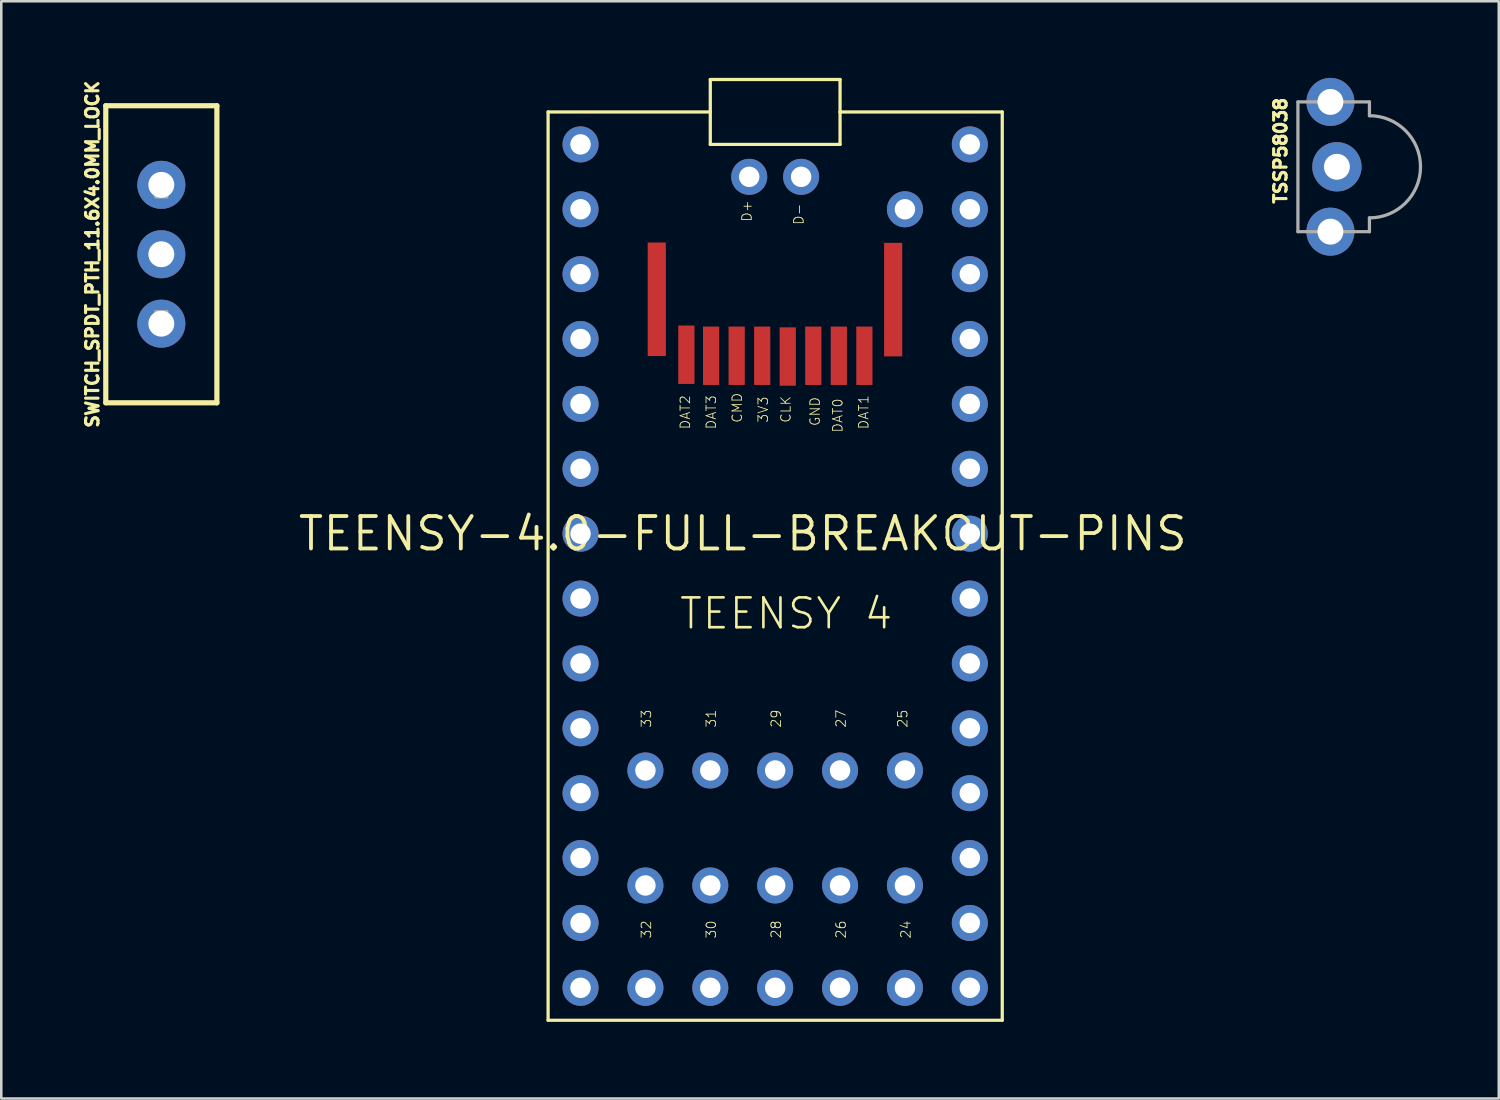
<source format=kicad_pcb>
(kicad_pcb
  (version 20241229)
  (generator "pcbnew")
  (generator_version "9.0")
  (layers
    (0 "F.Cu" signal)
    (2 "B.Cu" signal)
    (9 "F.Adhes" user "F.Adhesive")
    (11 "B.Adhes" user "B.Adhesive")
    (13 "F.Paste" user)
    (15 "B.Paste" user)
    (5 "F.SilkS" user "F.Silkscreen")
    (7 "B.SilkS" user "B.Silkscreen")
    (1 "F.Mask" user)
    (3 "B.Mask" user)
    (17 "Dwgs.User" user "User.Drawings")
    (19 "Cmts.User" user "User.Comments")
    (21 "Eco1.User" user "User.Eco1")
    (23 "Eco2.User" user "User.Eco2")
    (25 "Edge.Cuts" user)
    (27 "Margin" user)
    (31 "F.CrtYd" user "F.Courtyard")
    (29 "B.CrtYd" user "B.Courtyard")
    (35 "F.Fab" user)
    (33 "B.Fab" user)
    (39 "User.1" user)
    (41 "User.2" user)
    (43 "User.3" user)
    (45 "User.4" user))
  (footprint "TEENSY-4.0-FULL-BREAKOUT-PINS"
    (layer "F.Cu")
    (at 26.028 17.843)
    (property "Reference" "TEENSY-4.0-FULL-BREAKOUT-PINS" (at 0 0 0) (layer "F.SilkS") (effects (font (size 1.27 1.27) (thickness 0.15))))
    (fp_line (start -7.62 19.05) (end -7.62 -16.51) (stroke (width 0.127) (type solid)) (layer "F.SilkS"))
    (fp_line (start -1.27 -17.78) (end 3.81 -17.78) (stroke (width 0.127) (type solid)) (layer "F.SilkS"))
    (fp_line (start -1.27 -16.51) (end -7.62 -16.51) (stroke (width 0.127) (type solid)) (layer "F.SilkS"))
    (fp_line (start -1.27 -16.51) (end -1.27 -17.78) (stroke (width 0.127) (type solid)) (layer "F.SilkS"))
    (fp_line (start -1.27 -15.24) (end -1.27 -16.51) (stroke (width 0.127) (type solid)) (layer "F.SilkS"))
    (fp_line (start 3.81 -17.78) (end 3.81 -16.51) (stroke (width 0.127) (type solid)) (layer "F.SilkS"))
    (fp_line (start 3.81 -16.51) (end 3.81 -15.24) (stroke (width 0.127) (type solid)) (layer "F.SilkS"))
    (fp_line (start 3.81 -15.24) (end -1.27 -15.24) (stroke (width 0.127) (type solid)) (layer "F.SilkS"))
    (fp_line (start 10.16 -16.51) (end 3.81 -16.51) (stroke (width 0.127) (type solid)) (layer "F.SilkS"))
    (fp_line (start 10.16 -16.51) (end 10.16 19.05) (stroke (width 0.127) (type solid)) (layer "F.SilkS"))
    (fp_line (start 10.16 19.05) (end -7.62 19.05) (stroke (width 0.127) (type solid)) (layer "F.SilkS"))
    (fp_text user "D+" (at 0.381 -12.192 90) (layer "F.SilkS") (effects (font (size 0.374 0.374) (thickness 0.033)) (justify left bottom)))
    (fp_text user "GND" (at 3.048 -4.191 90) (layer "F.SilkS") (effects (font (size 0.374 0.374) (thickness 0.033)) (justify left bottom)))
    (fp_text user "26" (at 4.064 15.875 90) (layer "F.SilkS") (effects (font (size 0.374 0.374) (thickness 0.033)) (justify left bottom)))
    (fp_text user "25" (at 6.477 7.62 90) (layer "F.SilkS") (effects (font (size 0.374 0.374) (thickness 0.033)) (justify left bottom)))
    (fp_text user "CLK" (at 1.905 -4.318 90) (layer "F.SilkS") (effects (font (size 0.374 0.374) (thickness 0.033)) (justify left bottom)))
    (fp_text user "29" (at 1.524 7.62 90) (layer "F.SilkS") (effects (font (size 0.374 0.374) (thickness 0.033)) (justify left bottom)))
    (fp_text user "33" (at -3.556 7.62 90) (layer "F.SilkS") (effects (font (size 0.374 0.374) (thickness 0.033)) (justify left bottom)))
    (fp_text user "DAT0" (at 3.937 -3.937 90) (layer "F.SilkS") (effects (font (size 0.374 0.374) (thickness 0.033)) (justify left bottom)))
    (fp_text user "3V3" (at 1.016 -4.318 90) (layer "F.SilkS") (effects (font (size 0.374 0.374) (thickness 0.033)) (justify left bottom)))
    (fp_text user "28" (at 1.524 15.875 90) (layer "F.SilkS") (effects (font (size 0.374 0.374) (thickness 0.033)) (justify left bottom)))
    (fp_text user "TEENSY 4" (at -2.54 3.81 0) (layer "F.SilkS") (effects (font (size 1.168 1.168) (thickness 0.102)) (justify left bottom)))
    (fp_text user "31" (at -1.016 7.62 90) (layer "F.SilkS") (effects (font (size 0.374 0.374) (thickness 0.033)) (justify left bottom)))
    (fp_text user "24" (at 6.604 15.875 90) (layer "F.SilkS") (effects (font (size 0.374 0.374) (thickness 0.033)) (justify left bottom)))
    (fp_text user "32" (at -3.556 15.875 90) (layer "F.SilkS") (effects (font (size 0.374 0.374) (thickness 0.033)) (justify left bottom)))
    (fp_text user "DAT2" (at -2.032 -4.064 90) (layer "F.SilkS") (effects (font (size 0.374 0.374) (thickness 0.033)) (justify left bottom)))
    (fp_text user "DAT1" (at 4.953 -4.064 90) (layer "F.SilkS") (effects (font (size 0.374 0.374) (thickness 0.033)) (justify left bottom)))
    (fp_text user "D-" (at 2.413 -12.065 90) (layer "F.SilkS") (effects (font (size 0.374 0.374) (thickness 0.033)) (justify left bottom)))
    (fp_text user "30" (at -1.016 15.875 90) (layer "F.SilkS") (effects (font (size 0.374 0.374) (thickness 0.033)) (justify left bottom)))
    (fp_text user "27" (at 4.064 7.62 90) (layer "F.SilkS") (effects (font (size 0.374 0.374) (thickness 0.033)) (justify left bottom)))
    (fp_text user "CMD" (at 0 -4.318 90) (layer "F.SilkS") (effects (font (size 0.374 0.374) (thickness 0.033)) (justify left bottom)))
    (fp_text user "DAT3" (at -1.016 -4.064 90) (layer "F.SilkS") (effects (font (size 0.374 0.374) (thickness 0.033)) (justify left bottom)))
    (pad "3.3V@1" thru_hole circle (at 8.89 -10.16) (size 1.41 1.41) (drill 0.8) (layers "*.Cu" "*.Mask"))
    (pad "3.3V@2" thru_hole circle (at -1.27 17.78) (size 1.41 1.41) (drill 0.8) (layers "*.Cu" "*.Mask"))
    (pad "3V3" smd rect (at 0.762 -6.965 90) (size 2.286 0.635) (layers "F.Cu" "F.Mask" "F.Paste"))
    (pad "AGND" thru_hole circle (at 8.89 -12.7) (size 1.41 1.41) (drill 0.8) (layers "*.Cu" "*.Mask"))
    (pad "D0" thru_hole circle (at -6.35 -12.7) (size 1.41 1.41) (drill 0.8) (layers "*.Cu" "*.Mask"))
    (pad "D1" thru_hole circle (at -6.35 -10.16) (size 1.41 1.41) (drill 0.8) (layers "*.Cu" "*.Mask"))
    (pad "D2" thru_hole circle (at -6.35 -7.62) (size 1.41 1.41) (drill 0.8) (layers "*.Cu" "*.Mask"))
    (pad "D3" thru_hole circle (at -6.35 -5.08) (size 1.41 1.41) (drill 0.8) (layers "*.Cu" "*.Mask"))
    (pad "D4" thru_hole circle (at -6.35 -2.54) (size 1.41 1.41) (drill 0.8) (layers "*.Cu" "*.Mask"))
    (pad "D5" thru_hole circle (at -6.35 0) (size 1.41 1.41) (drill 0.8) (layers "*.Cu" "*.Mask"))
    (pad "D6" thru_hole circle (at -6.35 2.54) (size 1.41 1.41) (drill 0.8) (layers "*.Cu" "*.Mask"))
    (pad "D7" thru_hole circle (at -6.35 5.08) (size 1.41 1.41) (drill 0.8) (layers "*.Cu" "*.Mask"))
    (pad "D8" thru_hole circle (at -6.35 7.62) (size 1.41 1.41) (drill 0.8) (layers "*.Cu" "*.Mask"))
    (pad "D9" thru_hole circle (at -6.35 10.16) (size 1.41 1.41) (drill 0.8) (layers "*.Cu" "*.Mask"))
    (pad "D10" thru_hole circle (at -6.35 12.7) (size 1.41 1.41) (drill 0.8) (layers "*.Cu" "*.Mask"))
    (pad "D11" thru_hole circle (at -6.35 15.24) (size 1.41 1.41) (drill 0.8) (layers "*.Cu" "*.Mask"))
    (pad "D12" thru_hole circle (at -6.35 17.78) (size 1.41 1.41) (drill 0.8) (layers "*.Cu" "*.Mask"))
    (pad "D13/LED" thru_hole circle (at 8.89 17.78) (size 1.41 1.41) (drill 0.8) (layers "*.Cu" "*.Mask"))
    (pad "D14/A0" thru_hole circle (at 8.89 15.24) (size 1.41 1.41) (drill 0.8) (layers "*.Cu" "*.Mask"))
    (pad "D15/A1" thru_hole circle (at 8.89 12.7) (size 1.41 1.41) (drill 0.8) (layers "*.Cu" "*.Mask"))
    (pad "D16/A2" thru_hole circle (at 8.89 10.16) (size 1.41 1.41) (drill 0.8) (layers "*.Cu" "*.Mask"))
    (pad "D17/A3" thru_hole circle (at 8.89 7.62) (size 1.41 1.41) (drill 0.8) (layers "*.Cu" "*.Mask"))
    (pad "D18/A4" thru_hole circle (at 8.89 5.08) (size 1.41 1.41) (drill 0.8) (layers "*.Cu" "*.Mask"))
    (pad "D19/A5" thru_hole circle (at 8.89 2.54) (size 1.41 1.41) (drill 0.8) (layers "*.Cu" "*.Mask"))
    (pad "D20/A6" thru_hole circle (at 8.89 0) (size 1.41 1.41) (drill 0.8) (layers "*.Cu" "*.Mask"))
    (pad "D21/A7" thru_hole circle (at 8.89 -2.54) (size 1.41 1.41) (drill 0.8) (layers "*.Cu" "*.Mask"))
    (pad "D22/A8" thru_hole circle (at 8.89 -5.08) (size 1.41 1.41) (drill 0.8) (layers "*.Cu" "*.Mask"))
    (pad "D23/A9" thru_hole circle (at 8.89 -7.62) (size 1.41 1.41) (drill 0.8) (layers "*.Cu" "*.Mask"))
    (pad "D24" thru_hole circle (at 6.35 13.773 180) (size 1.41 1.41) (drill 0.8) (layers "*.Cu" "*.Mask"))
    (pad "D25" thru_hole circle (at 6.35 9.271 180) (size 1.41 1.41) (drill 0.8) (layers "*.Cu" "*.Mask"))
    (pad "D26" thru_hole circle (at 3.81 13.773 180) (size 1.41 1.41) (drill 0.8) (layers "*.Cu" "*.Mask"))
    (pad "D27" thru_hole circle (at 3.81 9.271 180) (size 1.41 1.41) (drill 0.8) (layers "*.Cu" "*.Mask"))
    (pad "D28" thru_hole circle (at 1.27 13.773 180) (size 1.41 1.41) (drill 0.8) (layers "*.Cu" "*.Mask"))
    (pad "D29" thru_hole circle (at 1.27 9.271) (size 1.41 1.41) (drill 0.8) (layers "*.Cu" "*.Mask"))
    (pad "D30" thru_hole circle (at -1.27 13.773 180) (size 1.41 1.41) (drill 0.8) (layers "*.Cu" "*.Mask"))
    (pad "D31" thru_hole circle (at -1.27 9.271) (size 1.41 1.41) (drill 0.8) (layers "*.Cu" "*.Mask"))
    (pad "D32" thru_hole circle (at -3.81 13.773) (size 1.41 1.41) (drill 0.8) (layers "*.Cu" "*.Mask"))
    (pad "D33" thru_hole circle (at -3.81 9.271) (size 1.41 1.41) (drill 0.8) (layers "*.Cu" "*.Mask"))
    (pad "D34/DAT1" smd rect (at 4.762 -6.965 90) (size 2.286 0.635) (layers "F.Cu" "F.Mask" "F.Paste"))
    (pad "D35/DAT0" smd rect (at 3.762 -6.965 90) (size 2.286 0.635) (layers "F.Cu" "F.Mask" "F.Paste"))
    (pad "D36/CLK" smd rect (at 1.762 -6.935 90) (size 2.286 0.635) (layers "F.Cu" "F.Mask" "F.Paste"))
    (pad "D37/CMD" smd rect (at -0.238 -6.965 90) (size 2.286 0.635) (layers "F.Cu" "F.Mask" "F.Paste"))
    (pad "D38/DAT3" smd rect (at -1.238 -6.965 90) (size 2.286 0.635) (layers "F.Cu" "F.Mask" "F.Paste"))
    (pad "D39/DAT2" smd rect (at -2.207 -7.005 270) (size 2.286 0.635) (layers "F.Cu" "F.Mask" "F.Paste"))
    (pad "GND" smd rect (at 2.762 -6.965 90) (size 2.286 0.635) (layers "F.Cu" "F.Mask" "F.Paste"))
    (pad "GND@1" thru_hole circle (at -6.35 -15.24) (size 1.41 1.41) (drill 0.8) (layers "*.Cu" "*.Mask"))
    (pad "GND@2" thru_hole circle (at 1.27 17.78) (size 1.41 1.41) (drill 0.8) (layers "*.Cu" "*.Mask"))
    (pad "ON/OFF" thru_hole circle (at 6.35 17.78) (size 1.41 1.41) (drill 0.8) (layers "*.Cu" "*.Mask"))
    (pad "P$11" smd rect (at 5.889 -9.163 90) (size 4.445 0.711) (layers "F.Cu" "F.Mask" "F.Paste"))
    (pad "P$12" smd rect (at -3.365 -9.176 90) (size 4.445 0.711) (layers "F.Cu" "F.Mask" "F.Paste"))
    (pad "PROGRAM" thru_hole circle (at 3.81 17.78) (size 1.41 1.41) (drill 0.8) (layers "*.Cu" "*.Mask"))
    (pad "USB-D+1" thru_hole circle (at 0.254 -13.97 90) (size 1.41 1.41) (drill 0.8) (layers "*.Cu" "*.Mask"))
    (pad "USB-D-" thru_hole circle (at 2.286 -13.97 90) (size 1.41 1.41) (drill 0.8) (layers "*.Cu" "*.Mask"))
    (pad "VBAT" thru_hole circle (at -3.81 17.78) (size 1.41 1.41) (drill 0.8) (layers "*.Cu" "*.Mask"))
    (pad "VIN" thru_hole circle (at 8.89 -15.24) (size 1.41 1.41) (drill 0.8) (layers "*.Cu" "*.Mask"))
    (pad "VUSB" thru_hole circle (at 6.35 -12.7) (size 1.41 1.41) (drill 0.8) (layers "*.Cu" "*.Mask")))
  (footprint "SWITCH_SPDT_PTH_11.6X4.0MM_LOCK"
    (layer "F.Cu")
    (at 3.266 6.904)
    (property "Reference" "SWITCH_SPDT_PTH_11.6X4.0MM_LOCK" (at -2.413 0 90) (layer "F.SilkS") (effects (font (size 0.488 0.488) (thickness 0.122)) (justify bottom)))
    (fp_line (start -2.175 -5.815) (end -2.175 5.815) (stroke (width 0.203) (type solid)) (layer "F.SilkS"))
    (fp_line (start -2.175 5.815) (end 2.175 5.815) (stroke (width 0.203) (type solid)) (layer "F.SilkS"))
    (fp_line (start 2.175 -5.815) (end -2.175 -5.815) (stroke (width 0.203) (type solid)) (layer "F.SilkS"))
    (fp_line (start 2.175 5.815) (end 2.175 -5.815) (stroke (width 0.203) (type solid)) (layer "F.SilkS"))
    (fp_poly (pts (xy -0.229 -2.235) (xy 0.229 -2.235) (xy 0.229 -2.845) (xy -0.229 -2.845)) (stroke (width 0.1) (type solid)) (fill no) (layer "F.Fab"))
    (fp_poly (pts (xy -0.229 0.305) (xy 0.229 0.305) (xy 0.229 -0.305) (xy -0.229 -0.305)) (stroke (width 0.1) (type solid)) (fill no) (layer "F.Fab"))
    (fp_poly (pts (xy -0.229 2.845) (xy 0.229 2.845) (xy 0.229 2.235) (xy -0.229 2.235)) (stroke (width 0.1) (type solid)) (fill no) (layer "F.Fab"))
    (pad "1" thru_hole circle (at 0 -2.718) (size 1.88 1.88) (drill 1.016) (layers "*.Cu" "*.Mask"))
    (pad "2" thru_hole circle (at 0 0) (size 1.88 1.88) (drill 1.016) (layers "*.Cu" "*.Mask"))
    (pad "3" thru_hole circle (at 0 2.718) (size 1.88 1.88) (drill 1.016) (layers "*.Cu" "*.Mask")))
  (footprint "TSSP58038"
    (layer "F.Cu")
    (at 49.29 3.48)
    (property "Reference" "TSSP58038" (at -1.924 1.51 90) (layer "F.SilkS") (effects (font (size 0.488 0.488) (thickness 0.122)) (justify left bottom)))
    (fp_line (start -1.527 -2.54) (end 1.273 -2.54) (stroke (width 0.127) (type solid)) (layer "F.Fab"))
    (fp_line (start -1.527 2.54) (end -1.527 -2.54) (stroke (width 0.127) (type solid)) (layer "F.Fab"))
    (fp_line (start -1.527 2.54) (end 1.273 2.54) (stroke (width 0.127) (type solid)) (layer "F.Fab"))
    (fp_line (start 1.273 -2) (end 1.273 -2.54) (stroke (width 0.127) (type solid)) (layer "F.Fab"))
    (fp_line (start 1.273 2.54) (end 1.273 2) (stroke (width 0.127) (type solid)) (layer "F.Fab"))
    (fp_arc (start 1.273 -2) (mid 3.272999 0.000001) (end 1.272998 2) (stroke (width 0.127) (type solid)) (layer "F.Fab"))
    (fp_poly (pts (xy 0.127 -2.286) (xy 0.127 -2.794) (xy -0.381 -2.794) (xy -0.381 -2.286)) (stroke (width 0.1) (type solid)) (fill no) (layer "F.Fab"))
    (fp_poly (pts (xy 0.127 0.254) (xy 0.127 -0.254) (xy -0.381 -0.254) (xy -0.381 0.254)) (stroke (width 0.1) (type solid)) (fill no) (layer "F.Fab"))
    (fp_poly (pts (xy 0.127 2.794) (xy 0.127 2.286) (xy -0.381 2.286) (xy -0.381 2.794)) (stroke (width 0.1) (type solid)) (fill no) (layer "F.Fab"))
    (pad "GND" thru_hole circle (at 0 0 180) (size 1.93 1.93) (drill 1.016) (layers "*.Cu" "*.Mask"))
    (pad "OUT" thru_hole circle (at -0.254 2.54 180) (size 1.88 1.88) (drill 1.016) (layers "*.Cu" "*.Mask"))
    (pad "VS" thru_hole circle (at -0.254 -2.54 180) (size 1.88 1.88) (drill 1.016) (layers "*.Cu" "*.Mask")))
  (gr_rect
    (start -3 -3)
    (end 55.627 39.957)
    (stroke (width 0.1) (type default))
    (fill no)
    (layer "Edge.Cuts")))
</source>
